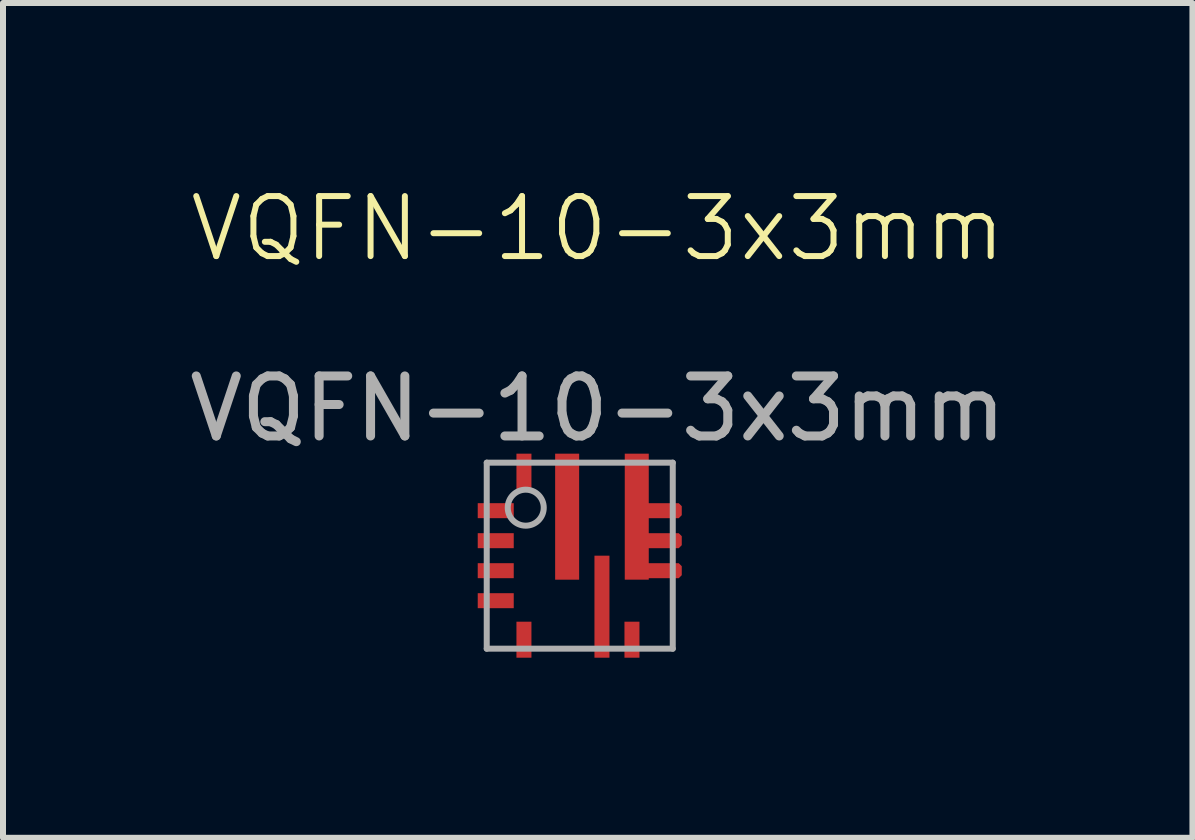
<source format=kicad_pcb>
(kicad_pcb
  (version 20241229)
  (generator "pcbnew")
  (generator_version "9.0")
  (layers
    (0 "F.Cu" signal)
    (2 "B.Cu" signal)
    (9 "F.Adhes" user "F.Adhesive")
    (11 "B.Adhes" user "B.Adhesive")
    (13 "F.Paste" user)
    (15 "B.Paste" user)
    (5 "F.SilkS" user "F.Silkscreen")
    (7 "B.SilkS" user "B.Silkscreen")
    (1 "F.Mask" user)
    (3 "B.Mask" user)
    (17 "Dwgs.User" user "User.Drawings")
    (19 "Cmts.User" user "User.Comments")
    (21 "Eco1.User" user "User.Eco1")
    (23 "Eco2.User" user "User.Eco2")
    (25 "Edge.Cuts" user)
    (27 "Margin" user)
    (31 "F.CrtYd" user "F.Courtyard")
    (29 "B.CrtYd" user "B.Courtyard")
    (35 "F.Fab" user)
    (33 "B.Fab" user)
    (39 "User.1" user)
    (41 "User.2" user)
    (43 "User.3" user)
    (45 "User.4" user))
  (footprint "VQFN-10-3x3mm"
    (layer "F.Cu")
    (at 6.911 1.26)
    (property "Reference" "VQFN-10-3x3mm" (at 0 -0.5 0) (unlocked yes) (layer "F.SilkS") (effects (font (size 1 1) (thickness 0.1))))
    (attr smd)
    (fp_poly (pts (xy -0.71 4.15) (xy -0.71 3.3) (xy -0.709 3.29) (xy -0.706 3.281) (xy -0.702 3.272) (xy -0.695 3.265) (xy -0.688 3.258) (xy -0.679 3.254) (xy -0.67 3.251) (xy -0.66 3.25) (xy -0.36 3.25) (xy -0.35 3.251) (xy -0.341 3.254) (xy -0.332 3.258) (xy -0.325 3.265) (xy -0.318 3.272) (xy -0.314 3.281) (xy -0.311 3.29) (xy -0.31 3.3) (xy -0.31 4.15) (xy -0.311 4.16) (xy -0.314 4.169) (xy -0.318 4.178) (xy -0.325 4.185) (xy -0.332 4.192) (xy -0.341 4.196) (xy -0.35 4.199) (xy -0.36 4.2) (xy -0.66 4.2) (xy -0.67 4.199) (xy -0.679 4.196) (xy -0.688 4.192) (xy -0.695 4.185) (xy -0.702 4.178) (xy -0.706 4.169) (xy -0.709 4.16)) (stroke (width 0) (type solid)) (fill yes) (layer "F.Paste"))
    (fp_poly (pts (xy -0.71 5.3) (xy -0.71 4.45) (xy -0.709 4.44) (xy -0.706 4.431) (xy -0.702 4.422) (xy -0.695 4.415) (xy -0.688 4.408) (xy -0.679 4.404) (xy -0.67 4.401) (xy -0.66 4.4) (xy -0.36 4.4) (xy -0.35 4.401) (xy -0.341 4.404) (xy -0.332 4.408) (xy -0.325 4.415) (xy -0.318 4.422) (xy -0.314 4.431) (xy -0.311 4.44) (xy -0.31 4.45) (xy -0.31 5.3) (xy -0.311 5.31) (xy -0.314 5.319) (xy -0.318 5.328) (xy -0.325 5.335) (xy -0.332 5.342) (xy -0.341 5.346) (xy -0.35 5.349) (xy -0.36 5.35) (xy -0.66 5.35) (xy -0.67 5.349) (xy -0.679 5.346) (xy -0.688 5.342) (xy -0.695 5.335) (xy -0.702 5.328) (xy -0.706 5.319) (xy -0.709 5.31)) (stroke (width 0) (type solid)) (fill yes) (layer "F.Paste"))
    (fp_poly (pts (xy -0.055 5.65) (xy -0.055 5) (xy -0.054 4.99) (xy -0.051 4.981) (xy -0.047 4.972) (xy -0.04 4.965) (xy -0.033 4.958) (xy -0.024 4.954) (xy -0.015 4.951) (xy -0.005 4.95) (xy 0.145 4.95) (xy 0.155 4.951) (xy 0.164 4.954) (xy 0.173 4.958) (xy 0.18 4.965) (xy 0.187 4.972) (xy 0.191 4.981) (xy 0.194 4.99) (xy 0.195 5) (xy 0.195 5.65) (xy 0.194 5.66) (xy 0.191 5.669) (xy 0.187 5.678) (xy 0.18 5.685) (xy 0.173 5.692) (xy 0.164 5.696) (xy 0.155 5.699) (xy 0.145 5.7) (xy -0.005 5.7) (xy -0.015 5.699) (xy -0.024 5.696) (xy -0.033 5.692) (xy -0.04 5.685) (xy -0.047 5.678) (xy -0.051 5.669) (xy -0.054 5.66)) (stroke (width 0) (type solid)) (fill yes) (layer "F.Paste"))
    (fp_poly (pts (xy -0.055 6.6) (xy -0.055 5.95) (xy -0.054 5.94) (xy -0.051 5.931) (xy -0.047 5.922) (xy -0.04 5.915) (xy -0.033 5.908) (xy -0.024 5.904) (xy -0.015 5.901) (xy -0.005 5.9) (xy 0.145 5.9) (xy 0.155 5.901) (xy 0.164 5.904) (xy 0.173 5.908) (xy 0.18 5.915) (xy 0.187 5.922) (xy 0.191 5.931) (xy 0.194 5.94) (xy 0.195 5.95) (xy 0.195 6.6) (xy 0.194 6.61) (xy 0.191 6.619) (xy 0.187 6.628) (xy 0.18 6.635) (xy 0.173 6.642) (xy 0.164 6.646) (xy 0.155 6.649) (xy 0.145 6.65) (xy -0.005 6.65) (xy -0.015 6.649) (xy -0.024 6.646) (xy -0.033 6.642) (xy -0.04 6.635) (xy -0.047 6.628) (xy -0.051 6.619) (xy -0.054 6.61)) (stroke (width 0) (type solid)) (fill yes) (layer "F.Paste"))
    (fp_line (start -1.85 3.4) (end 1.25 3.4) (stroke (width 0.1) (type solid)) (layer "F.Fab"))
    (fp_line (start -1.85 6.5) (end -1.85 3.4) (stroke (width 0.1) (type solid)) (layer "F.Fab"))
    (fp_line (start -1.85 6.5) (end 1.25 6.5) (stroke (width 0.1) (type solid)) (layer "F.Fab"))
    (fp_line (start 1.25 6.5) (end 1.25 3.4) (stroke (width 0.1) (type solid)) (layer "F.Fab"))
    (fp_circle (center -1.2 4.15) (end -0.9 4.15) (stroke (width 0.1) (type solid)) (fill no) (layer "F.Fab"))
    (fp_text user "${REFERENCE}" (at 0 2.5 0) (unlocked yes) (layer "F.Fab") (effects (font (size 1 1) (thickness 0.15))))
    (pad "1" smd rect (at -1.7 4.2) (size 0.6 0.25) (layers "F.Cu" "F.Mask" "F.Paste"))
    (pad "2" smd rect (at -1.7 4.7) (size 0.6 0.25) (layers "F.Cu" "F.Mask" "F.Paste"))
    (pad "3" smd rect (at -1.7 5.2) (size 0.6 0.25) (layers "F.Cu" "F.Mask" "F.Paste"))
    (pad "4" smd rect (at -1.7 5.7) (size 0.6 0.25) (layers "F.Cu" "F.Mask" "F.Paste"))
    (pad "5" smd rect (at -1.23 6.35 90) (size 0.6 0.25) (layers "F.Cu" "F.Mask" "F.Paste"))
    (pad "6" smd rect (at 0.07 5.8 90) (size 1.7 0.25) (layers "F.Cu" "F.Mask"))
    (pad "7" smd rect (at 0.57 6.35 90) (size 0.6 0.25) (layers "F.Cu" "F.Mask" "F.Paste"))
    (pad "8" smd custom (at 0.65 4.3 90) (size 2.1 0.4) (layers "F.Cu" "F.Mask" "F.Paste") (options (anchor rect)) (primitives (gr_poly (pts (xy 0.025 0.05) (xy 0.175 0.05) (xy 0.225 0.1) (xy 0.225 0.7) (xy 0.175 0.75) (xy 0.025 0.75) (xy -0.025 0.7) (xy -0.025 0.1)) (width 0) (fill yes)) (gr_poly (pts (xy -0.475 0.05) (xy -0.325 0.05) (xy -0.275 0.1) (xy -0.275 0.7) (xy -0.325 0.75) (xy -0.475 0.75) (xy -0.525 0.7) (xy -0.525 0.1)) (width 0) (fill yes)) (gr_poly (pts (xy -0.975 0.05) (xy -0.825 0.05) (xy -0.775 0.1) (xy -0.775 0.7) (xy -0.825 0.75) (xy -0.975 0.75) (xy -1.025 0.7) (xy -1.025 0.1)) (width 0) (fill yes))))
    (pad "9" smd rect (at -0.51 4.3 90) (size 2.1 0.4) (layers "F.Cu" "F.Mask"))
    (pad "10" smd rect (at -1.23 3.55 90) (size 0.6 0.25) (layers "F.Cu" "F.Mask" "F.Paste")))
  (gr_rect
    (start -3 -3)
    (end 16.821 10.911)
    (stroke (width 0.1) (type default))
    (fill no)
    (layer "Edge.Cuts")))
</source>
